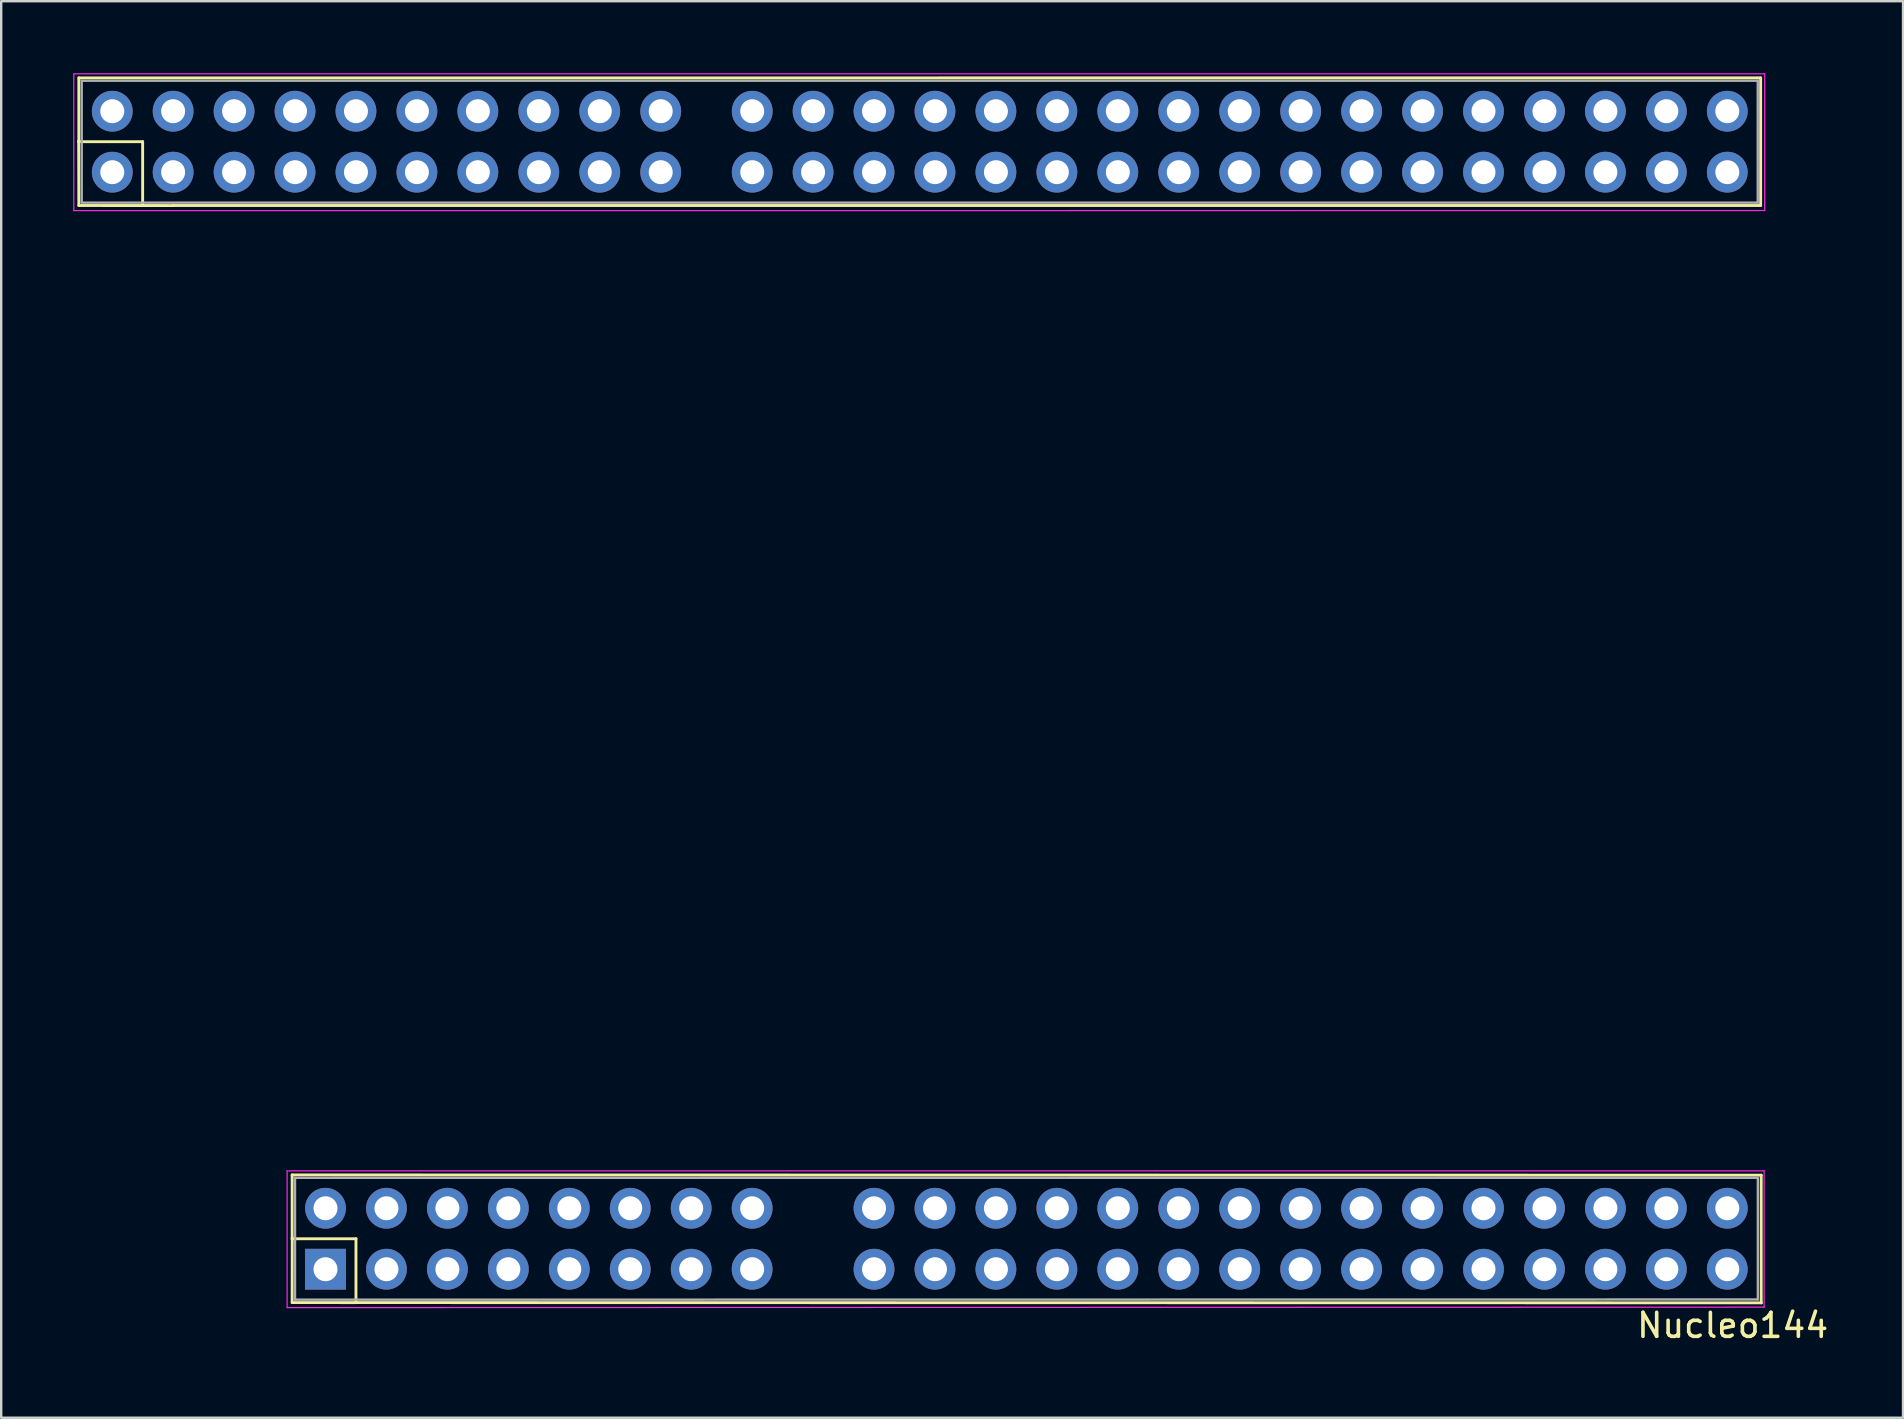
<source format=kicad_pcb>
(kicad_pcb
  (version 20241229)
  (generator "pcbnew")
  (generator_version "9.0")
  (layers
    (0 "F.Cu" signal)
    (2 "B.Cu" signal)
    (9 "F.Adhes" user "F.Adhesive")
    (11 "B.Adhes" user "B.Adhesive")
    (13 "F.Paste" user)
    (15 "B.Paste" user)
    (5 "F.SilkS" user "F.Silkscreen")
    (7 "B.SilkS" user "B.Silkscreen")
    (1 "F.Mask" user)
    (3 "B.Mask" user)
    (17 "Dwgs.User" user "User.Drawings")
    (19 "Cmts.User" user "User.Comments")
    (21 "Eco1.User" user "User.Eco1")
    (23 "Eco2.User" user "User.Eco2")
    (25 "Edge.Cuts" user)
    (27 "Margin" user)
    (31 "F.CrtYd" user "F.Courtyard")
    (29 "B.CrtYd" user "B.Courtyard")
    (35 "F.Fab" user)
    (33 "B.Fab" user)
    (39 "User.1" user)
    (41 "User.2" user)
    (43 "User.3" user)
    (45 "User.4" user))
  (footprint "Nucleo144"
    (layer "F.Cu")
    (at 68.939 47.306)
    (property "Reference" "Nucleo144" (at 0.22 4.88 0) (layer "F.SilkS") (effects (font (size 1 1) (thickness 0.15))))
    (attr through_hole)
    (fp_line (start -68.704 -47.111) (end -68.704 -44.451) (stroke (width 0.12) (type solid)) (layer "F.SilkS"))
    (fp_line (start -68.704 -44.451) (end -66.044 -44.451) (stroke (width 0.12) (type solid)) (layer "F.SilkS"))
    (fp_line (start -68.704 -41.791) (end -68.71 -44.48) (stroke (width 0.12) (type solid)) (layer "F.SilkS"))
    (fp_line (start -66.044 -44.451) (end -66.044 -41.791) (stroke (width 0.12) (type solid)) (layer "F.SilkS"))
    (fp_line (start -64.774 -41.791) (end 1.386 -41.791) (stroke (width 0.12) (type solid)) (layer "F.SilkS"))
    (fp_line (start -64.75 -41.79) (end -68.704 -41.791) (stroke (width 0.12) (type solid)) (layer "F.SilkS"))
    (fp_line (start -59.814 -1.391) (end -59.814 1.269) (stroke (width 0.12) (type solid)) (layer "F.SilkS"))
    (fp_line (start -59.814 1.269) (end -57.154 1.269) (stroke (width 0.12) (type solid)) (layer "F.SilkS"))
    (fp_line (start -59.814 3.929) (end -59.81 1.25) (stroke (width 0.12) (type solid)) (layer "F.SilkS"))
    (fp_line (start -57.154 1.269) (end -57.154 3.929) (stroke (width 0.12) (type solid)) (layer "F.SilkS"))
    (fp_line (start -57.154 3.929) (end 1.42 3.94) (stroke (width 0.12) (type solid)) (layer "F.SilkS"))
    (fp_line (start -57.14 3.93) (end -59.814 3.929) (stroke (width 0.12) (type solid)) (layer "F.SilkS"))
    (fp_line (start 1.386 -47.111) (end -68.7 -47.11) (stroke (width 0.12) (type solid)) (layer "F.SilkS"))
    (fp_line (start 1.386 -41.791) (end 1.386 -47.111) (stroke (width 0.12) (type solid)) (layer "F.SilkS"))
    (fp_line (start 1.41 -1.38) (end -59.814 -1.391) (stroke (width 0.12) (type solid)) (layer "F.SilkS"))
    (fp_line (start 1.41 3.94) (end 1.41 -1.38) (stroke (width 0.12) (type solid)) (layer "F.SilkS"))
    (fp_line (start -68.914 -47.281) (end -68.914 -41.581) (stroke (width 0.05) (type solid)) (layer "F.CrtYd"))
    (fp_line (start -68.91 -41.58) (end 1.556 -41.581) (stroke (width 0.05) (type solid)) (layer "F.CrtYd"))
    (fp_line (start -60.024 -1.561) (end -60.024 4.139) (stroke (width 0.05) (type solid)) (layer "F.CrtYd"))
    (fp_line (start -60.024 4.139) (end 1.53 4.12) (stroke (width 0.05) (type solid)) (layer "F.CrtYd"))
    (fp_line (start 1.53 -1.56) (end -60.024 -1.561) (stroke (width 0.05) (type solid)) (layer "F.CrtYd"))
    (fp_line (start 1.53 4.13) (end 1.53 -1.57) (stroke (width 0.05) (type solid)) (layer "F.CrtYd"))
    (fp_line (start 1.556 -47.281) (end -68.91 -47.28) (stroke (width 0.05) (type solid)) (layer "F.CrtYd"))
    (fp_line (start 1.556 -41.581) (end 1.556 -47.281) (stroke (width 0.05) (type solid)) (layer "F.CrtYd"))
    (fp_line (start -68.584 -46.991) (end -68.584 -41.911) (stroke (width 0.1) (type solid)) (layer "F.Fab"))
    (fp_line (start -68.58 -41.91) (end 1.266 -41.911) (stroke (width 0.1) (type solid)) (layer "F.Fab"))
    (fp_line (start -59.694 -1.271) (end -59.694 3.809) (stroke (width 0.1) (type solid)) (layer "F.Fab"))
    (fp_line (start -59.694 3.809) (end 1.27 3.8) (stroke (width 0.1) (type solid)) (layer "F.Fab"))
    (fp_line (start 1.266 -46.991) (end -68.58 -46.99) (stroke (width 0.1) (type solid)) (layer "F.Fab"))
    (fp_line (start 1.266 -41.911) (end 1.266 -46.991) (stroke (width 0.1) (type solid)) (layer "F.Fab"))
    (fp_line (start 1.27 -1.27) (end -59.694 -1.271) (stroke (width 0.1) (type solid)) (layer "F.Fab"))
    (fp_line (start 1.27 3.8) (end 1.27 -1.25) (stroke (width 0.1) (type solid)) (layer "F.Fab"))
    (pad "1" thru_hole rect (at -58.424 2.539 90) (size 1.7 1.7) (drill 1) (layers "*.Cu" "*.Mask"))
    (pad "2" thru_hole oval (at -58.424 -0.001 90) (size 1.7 1.7) (drill 1) (layers "*.Cu" "*.Mask"))
    (pad "3" thru_hole oval (at -55.884 2.539 90) (size 1.7 1.7) (drill 1) (layers "*.Cu" "*.Mask"))
    (pad "4" thru_hole oval (at -55.884 -0.001 90) (size 1.7 1.7) (drill 1) (layers "*.Cu" "*.Mask"))
    (pad "5" thru_hole oval (at -53.344 2.539 90) (size 1.7 1.7) (drill 1) (layers "*.Cu" "*.Mask"))
    (pad "6" thru_hole oval (at -53.344 -0.001 90) (size 1.7 1.7) (drill 1) (layers "*.Cu" "*.Mask"))
    (pad "7" thru_hole oval (at -50.804 2.539 90) (size 1.7 1.7) (drill 1) (layers "*.Cu" "*.Mask"))
    (pad "8" thru_hole oval (at -50.804 -0.001 90) (size 1.7 1.7) (drill 1) (layers "*.Cu" "*.Mask"))
    (pad "9" thru_hole oval (at -48.264 2.539 90) (size 1.7 1.7) (drill 1) (layers "*.Cu" "*.Mask"))
    (pad "10" thru_hole oval (at -48.264 -0.001 90) (size 1.7 1.7) (drill 1) (layers "*.Cu" "*.Mask"))
    (pad "11" thru_hole oval (at -45.724 2.539 90) (size 1.7 1.7) (drill 1) (layers "*.Cu" "*.Mask"))
    (pad "12" thru_hole oval (at -45.724 -0.001 90) (size 1.7 1.7) (drill 1) (layers "*.Cu" "*.Mask"))
    (pad "13" thru_hole oval (at -43.184 2.539 90) (size 1.7 1.7) (drill 1) (layers "*.Cu" "*.Mask"))
    (pad "14" thru_hole oval (at -43.184 -0.001 90) (size 1.7 1.7) (drill 1) (layers "*.Cu" "*.Mask"))
    (pad "15" thru_hole oval (at -40.644 2.539 90) (size 1.7 1.7) (drill 1) (layers "*.Cu" "*.Mask"))
    (pad "16" thru_hole oval (at -40.644 -0.001 90) (size 1.7 1.7) (drill 1) (layers "*.Cu" "*.Mask"))
    (pad "17" thru_hole oval (at -35.564 2.539 90) (size 1.7 1.7) (drill 1) (layers "*.Cu" "*.Mask"))
    (pad "18" thru_hole oval (at -35.564 -0.001 90) (size 1.7 1.7) (drill 1) (layers "*.Cu" "*.Mask"))
    (pad "19" thru_hole oval (at -33.024 2.539 90) (size 1.7 1.7) (drill 1) (layers "*.Cu" "*.Mask"))
    (pad "20" thru_hole oval (at -33.024 -0.001 90) (size 1.7 1.7) (drill 1) (layers "*.Cu" "*.Mask"))
    (pad "21" thru_hole oval (at -30.484 2.539 90) (size 1.7 1.7) (drill 1) (layers "*.Cu" "*.Mask"))
    (pad "22" thru_hole oval (at -30.484 -0.001 90) (size 1.7 1.7) (drill 1) (layers "*.Cu" "*.Mask"))
    (pad "23" thru_hole oval (at -27.944 2.539 90) (size 1.7 1.7) (drill 1) (layers "*.Cu" "*.Mask"))
    (pad "24" thru_hole oval (at -27.944 -0.001 90) (size 1.7 1.7) (drill 1) (layers "*.Cu" "*.Mask"))
    (pad "25" thru_hole oval (at -25.404 2.539 90) (size 1.7 1.7) (drill 1) (layers "*.Cu" "*.Mask"))
    (pad "26" thru_hole oval (at -25.404 -0.001 90) (size 1.7 1.7) (drill 1) (layers "*.Cu" "*.Mask"))
    (pad "27" thru_hole oval (at -22.864 2.539 90) (size 1.7 1.7) (drill 1) (layers "*.Cu" "*.Mask"))
    (pad "28" thru_hole oval (at -22.864 -0.001 90) (size 1.7 1.7) (drill 1) (layers "*.Cu" "*.Mask"))
    (pad "29" thru_hole oval (at -20.324 2.539 90) (size 1.7 1.7) (drill 1) (layers "*.Cu" "*.Mask"))
    (pad "30" thru_hole oval (at -20.324 -0.001 90) (size 1.7 1.7) (drill 1) (layers "*.Cu" "*.Mask"))
    (pad "31" thru_hole oval (at -17.784 2.539 90) (size 1.7 1.7) (drill 1) (layers "*.Cu" "*.Mask"))
    (pad "32" thru_hole oval (at -17.784 -0.001 90) (size 1.7 1.7) (drill 1) (layers "*.Cu" "*.Mask"))
    (pad "33" thru_hole oval (at -15.244 2.539 90) (size 1.7 1.7) (drill 1) (layers "*.Cu" "*.Mask"))
    (pad "34" thru_hole oval (at -15.244 -0.001 90) (size 1.7 1.7) (drill 1) (layers "*.Cu" "*.Mask"))
    (pad "35" thru_hole oval (at -12.704 2.539 90) (size 1.7 1.7) (drill 1) (layers "*.Cu" "*.Mask"))
    (pad "36" thru_hole oval (at -12.704 -0.001 90) (size 1.7 1.7) (drill 1) (layers "*.Cu" "*.Mask"))
    (pad "37" thru_hole oval (at -10.164 2.539 90) (size 1.7 1.7) (drill 1) (layers "*.Cu" "*.Mask"))
    (pad "38" thru_hole oval (at -10.164 -0.001 90) (size 1.7 1.7) (drill 1) (layers "*.Cu" "*.Mask"))
    (pad "39" thru_hole oval (at -7.624 2.539 90) (size 1.7 1.7) (drill 1) (layers "*.Cu" "*.Mask"))
    (pad "40" thru_hole oval (at -7.624 -0.001 90) (size 1.7 1.7) (drill 1) (layers "*.Cu" "*.Mask"))
    (pad "41" thru_hole oval (at -5.084 2.539 90) (size 1.7 1.7) (drill 1) (layers "*.Cu" "*.Mask"))
    (pad "42" thru_hole oval (at -5.084 -0.001 90) (size 1.7 1.7) (drill 1) (layers "*.Cu" "*.Mask"))
    (pad "43" thru_hole oval (at -2.544 2.539 90) (size 1.7 1.7) (drill 1) (layers "*.Cu" "*.Mask"))
    (pad "44" thru_hole oval (at -2.544 -0.001 90) (size 1.7 1.7) (drill 1) (layers "*.Cu" "*.Mask"))
    (pad "45" thru_hole oval (at -0.004 2.539 90) (size 1.7 1.7) (drill 1) (layers "*.Cu" "*.Mask"))
    (pad "46" thru_hole oval (at -0.004 -0.001 90) (size 1.7 1.7) (drill 1) (layers "*.Cu" "*.Mask"))
    (pad "47" thru_hole oval (at -67.31 -43.18 90) (size 1.7 1.7) (drill 1) (layers "*.Cu" "*.Mask"))
    (pad "48" thru_hole oval (at -67.31 -45.721 90) (size 1.7 1.7) (drill 1) (layers "*.Cu" "*.Mask"))
    (pad "49" thru_hole circle (at -64.774 -43.181 90) (size 1.7 1.7) (drill 1) (layers "*.Cu" "*.Mask"))
    (pad "50" thru_hole oval (at -64.774 -45.721 90) (size 1.7 1.7) (drill 1) (layers "*.Cu" "*.Mask"))
    (pad "51" thru_hole oval (at -62.234 -43.181 90) (size 1.7 1.7) (drill 1) (layers "*.Cu" "*.Mask"))
    (pad "52" thru_hole oval (at -62.234 -45.721 90) (size 1.7 1.7) (drill 1) (layers "*.Cu" "*.Mask"))
    (pad "53" thru_hole oval (at -59.694 -43.181 90) (size 1.7 1.7) (drill 1) (layers "*.Cu" "*.Mask"))
    (pad "54" thru_hole oval (at -59.694 -45.721 90) (size 1.7 1.7) (drill 1) (layers "*.Cu" "*.Mask"))
    (pad "55" thru_hole oval (at -57.154 -43.181 90) (size 1.7 1.7) (drill 1) (layers "*.Cu" "*.Mask"))
    (pad "56" thru_hole oval (at -57.154 -45.721 90) (size 1.7 1.7) (drill 1) (layers "*.Cu" "*.Mask"))
    (pad "57" thru_hole oval (at -54.614 -43.181 90) (size 1.7 1.7) (drill 1) (layers "*.Cu" "*.Mask"))
    (pad "58" thru_hole oval (at -54.614 -45.721 90) (size 1.7 1.7) (drill 1) (layers "*.Cu" "*.Mask"))
    (pad "59" thru_hole oval (at -52.074 -43.181 90) (size 1.7 1.7) (drill 1) (layers "*.Cu" "*.Mask"))
    (pad "60" thru_hole oval (at -52.074 -45.721 90) (size 1.7 1.7) (drill 1) (layers "*.Cu" "*.Mask"))
    (pad "61" thru_hole oval (at -49.534 -43.181 90) (size 1.7 1.7) (drill 1) (layers "*.Cu" "*.Mask"))
    (pad "62" thru_hole oval (at -49.534 -45.721 90) (size 1.7 1.7) (drill 1) (layers "*.Cu" "*.Mask"))
    (pad "63" thru_hole oval (at -46.994 -43.181 90) (size 1.7 1.7) (drill 1) (layers "*.Cu" "*.Mask"))
    (pad "64" thru_hole oval (at -46.994 -45.721 90) (size 1.7 1.7) (drill 1) (layers "*.Cu" "*.Mask"))
    (pad "65" thru_hole oval (at -44.454 -43.181 90) (size 1.7 1.7) (drill 1) (layers "*.Cu" "*.Mask"))
    (pad "66" thru_hole oval (at -44.454 -45.721 90) (size 1.7 1.7) (drill 1) (layers "*.Cu" "*.Mask"))
    (pad "67" thru_hole oval (at -40.64 -43.181 90) (size 1.7 1.7) (drill 1) (layers "*.Cu" "*.Mask"))
    (pad "68" thru_hole oval (at -40.64 -45.72 90) (size 1.7 1.7) (drill 1) (layers "*.Cu" "*.Mask"))
    (pad "69" thru_hole oval (at -38.104 -43.181 90) (size 1.7 1.7) (drill 1) (layers "*.Cu" "*.Mask"))
    (pad "70" thru_hole oval (at -38.104 -45.721 90) (size 1.7 1.7) (drill 1) (layers "*.Cu" "*.Mask"))
    (pad "71" thru_hole oval (at -35.564 -43.181 90) (size 1.7 1.7) (drill 1) (layers "*.Cu" "*.Mask"))
    (pad "72" thru_hole oval (at -35.564 -45.721 90) (size 1.7 1.7) (drill 1) (layers "*.Cu" "*.Mask"))
    (pad "73" thru_hole oval (at -33.024 -43.181 90) (size 1.7 1.7) (drill 1) (layers "*.Cu" "*.Mask"))
    (pad "74" thru_hole oval (at -33.024 -45.721 90) (size 1.7 1.7) (drill 1) (layers "*.Cu" "*.Mask"))
    (pad "75" thru_hole oval (at -30.484 -43.181 90) (size 1.7 1.7) (drill 1) (layers "*.Cu" "*.Mask"))
    (pad "76" thru_hole oval (at -30.484 -45.721 90) (size 1.7 1.7) (drill 1) (layers "*.Cu" "*.Mask"))
    (pad "77" thru_hole oval (at -27.944 -43.181 90) (size 1.7 1.7) (drill 1) (layers "*.Cu" "*.Mask"))
    (pad "78" thru_hole oval (at -27.944 -45.721 90) (size 1.7 1.7) (drill 1) (layers "*.Cu" "*.Mask"))
    (pad "79" thru_hole oval (at -25.404 -43.181 90) (size 1.7 1.7) (drill 1) (layers "*.Cu" "*.Mask"))
    (pad "80" thru_hole oval (at -25.404 -45.721 90) (size 1.7 1.7) (drill 1) (layers "*.Cu" "*.Mask"))
    (pad "81" thru_hole oval (at -22.864 -43.181 90) (size 1.7 1.7) (drill 1) (layers "*.Cu" "*.Mask"))
    (pad "82" thru_hole oval (at -22.864 -45.721 90) (size 1.7 1.7) (drill 1) (layers "*.Cu" "*.Mask"))
    (pad "83" thru_hole oval (at -20.324 -43.181 90) (size 1.7 1.7) (drill 1) (layers "*.Cu" "*.Mask"))
    (pad "84" thru_hole oval (at -20.324 -45.721 90) (size 1.7 1.7) (drill 1) (layers "*.Cu" "*.Mask"))
    (pad "85" thru_hole oval (at -17.784 -43.181 90) (size 1.7 1.7) (drill 1) (layers "*.Cu" "*.Mask"))
    (pad "86" thru_hole oval (at -17.784 -45.721 90) (size 1.7 1.7) (drill 1) (layers "*.Cu" "*.Mask"))
    (pad "87" thru_hole oval (at -15.244 -43.181 90) (size 1.7 1.7) (drill 1) (layers "*.Cu" "*.Mask"))
    (pad "88" thru_hole oval (at -15.244 -45.721 90) (size 1.7 1.7) (drill 1) (layers "*.Cu" "*.Mask"))
    (pad "89" thru_hole oval (at -12.704 -43.181 90) (size 1.7 1.7) (drill 1) (layers "*.Cu" "*.Mask"))
    (pad "90" thru_hole oval (at -12.704 -45.721 90) (size 1.7 1.7) (drill 1) (layers "*.Cu" "*.Mask"))
    (pad "91" thru_hole oval (at -10.164 -43.181 90) (size 1.7 1.7) (drill 1) (layers "*.Cu" "*.Mask"))
    (pad "92" thru_hole oval (at -10.164 -45.721 90) (size 1.7 1.7) (drill 1) (layers "*.Cu" "*.Mask"))
    (pad "93" thru_hole oval (at -7.624 -43.181 90) (size 1.7 1.7) (drill 1) (layers "*.Cu" "*.Mask"))
    (pad "94" thru_hole oval (at -7.624 -45.721 90) (size 1.7 1.7) (drill 1) (layers "*.Cu" "*.Mask"))
    (pad "95" thru_hole oval (at -5.084 -43.181 90) (size 1.7 1.7) (drill 1) (layers "*.Cu" "*.Mask"))
    (pad "96" thru_hole oval (at -5.084 -45.721 90) (size 1.7 1.7) (drill 1) (layers "*.Cu" "*.Mask"))
    (pad "97" thru_hole oval (at -2.544 -43.181 90) (size 1.7 1.7) (drill 1) (layers "*.Cu" "*.Mask"))
    (pad "98" thru_hole oval (at -2.544 -45.721 90) (size 1.7 1.7) (drill 1) (layers "*.Cu" "*.Mask"))
    (pad "99" thru_hole oval (at -0.004 -43.181 90) (size 1.7 1.7) (drill 1) (layers "*.Cu" "*.Mask"))
    (pad "100" thru_hole oval (at -0.004 -45.721 90) (size 1.7 1.7) (drill 1) (layers "*.Cu" "*.Mask")))
  (gr_rect
    (start -3 -3)
    (end 76.26 56.034)
    (stroke (width 0.1) (type default))
    (fill no)
    (layer "Edge.Cuts")))
</source>
